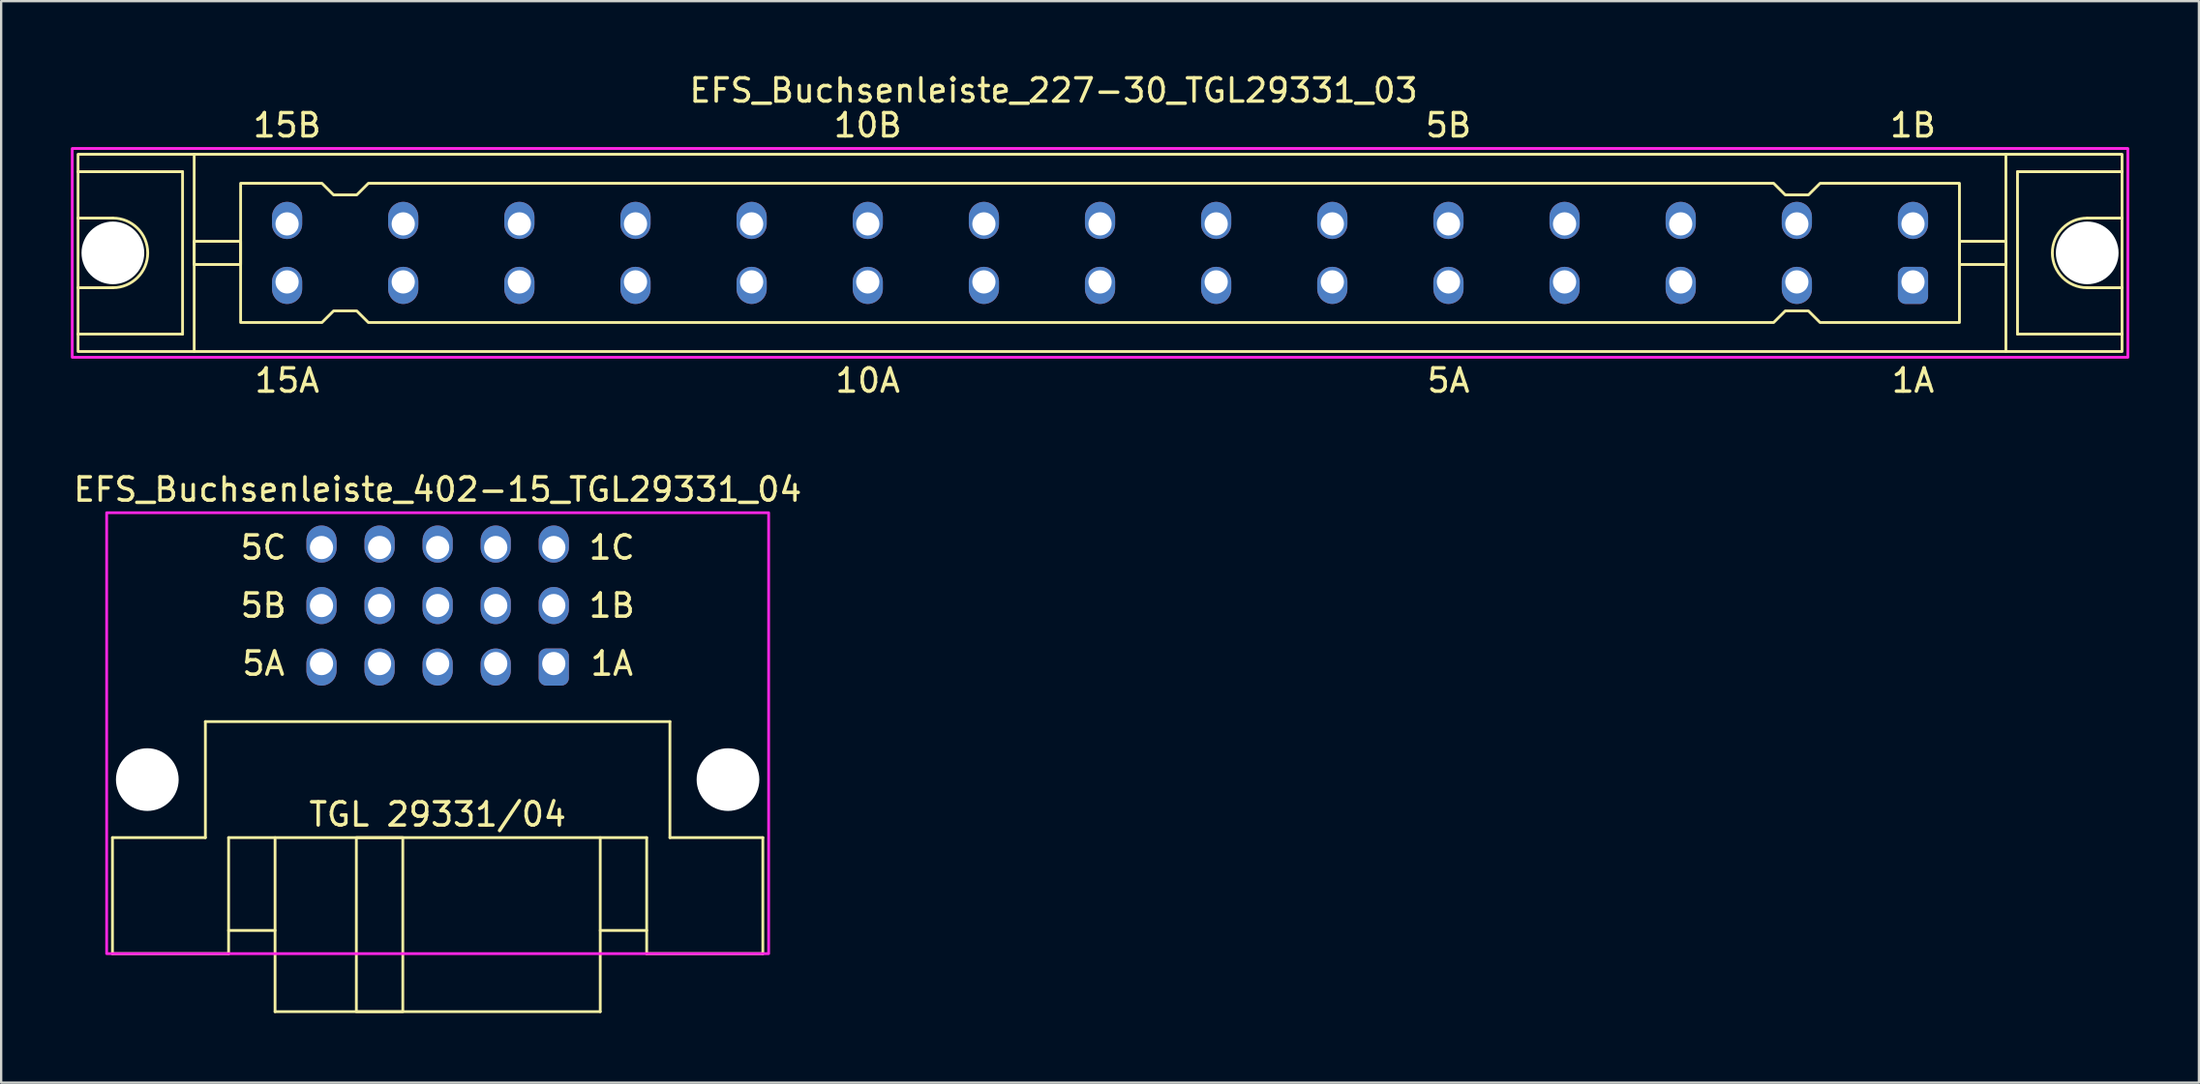
<source format=kicad_pcb>
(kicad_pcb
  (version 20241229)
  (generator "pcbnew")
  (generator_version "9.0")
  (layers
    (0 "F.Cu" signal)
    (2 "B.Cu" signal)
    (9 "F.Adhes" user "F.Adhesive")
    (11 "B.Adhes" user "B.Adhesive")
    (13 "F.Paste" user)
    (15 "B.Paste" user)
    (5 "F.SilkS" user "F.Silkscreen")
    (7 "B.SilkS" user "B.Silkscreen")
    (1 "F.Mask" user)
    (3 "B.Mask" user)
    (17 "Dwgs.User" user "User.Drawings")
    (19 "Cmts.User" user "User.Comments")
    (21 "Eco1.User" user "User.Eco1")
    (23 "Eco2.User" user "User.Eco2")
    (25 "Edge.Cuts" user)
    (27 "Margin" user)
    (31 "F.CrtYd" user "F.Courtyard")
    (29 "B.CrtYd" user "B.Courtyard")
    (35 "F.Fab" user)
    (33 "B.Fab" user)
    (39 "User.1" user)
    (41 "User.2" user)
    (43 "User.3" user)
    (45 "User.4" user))
  (footprint "EFS_Buchsenleiste_402-15_TGL29331_04"
    (layer "F.Cu")
    (at 15.792 38.045)
    (property "Reference" "EFS_Buchsenleiste_402-15_TGL29331_04" (at 0 -20 0) (layer "F.SilkS") (effects (font (size 1 1) (thickness 0.15))))
    (attr through_hole)
    (fp_line (start -14 -5) (end -14 0) (stroke (width 0.12) (type solid)) (layer "F.SilkS"))
    (fp_line (start -14 -5) (end -10 -5) (stroke (width 0.12) (type solid)) (layer "F.SilkS"))
    (fp_line (start -14 0) (end -9 0) (stroke (width 0.12) (type solid)) (layer "F.SilkS"))
    (fp_line (start -10 -10) (end -10 -5) (stroke (width 0.12) (type solid)) (layer "F.SilkS"))
    (fp_line (start -9 -5) (end -9 0) (stroke (width 0.12) (type solid)) (layer "F.SilkS"))
    (fp_line (start -9 -5) (end 9 -5) (stroke (width 0.12) (type solid)) (layer "F.SilkS"))
    (fp_line (start -7 -1) (end -9 -1) (stroke (width 0.12) (type solid)) (layer "F.SilkS"))
    (fp_line (start -7 2.5) (end -7 -5) (stroke (width 0.12) (type solid)) (layer "F.SilkS"))
    (fp_line (start -7 2.5) (end 7 2.5) (stroke (width 0.12) (type solid)) (layer "F.SilkS"))
    (fp_line (start 7 2.5) (end 7 -5) (stroke (width 0.12) (type solid)) (layer "F.SilkS"))
    (fp_line (start 9 -5) (end 9 0) (stroke (width 0.12) (type solid)) (layer "F.SilkS"))
    (fp_line (start 9 -1) (end 7 -1) (stroke (width 0.12) (type solid)) (layer "F.SilkS"))
    (fp_line (start 9 0) (end 14 0) (stroke (width 0.12) (type solid)) (layer "F.SilkS"))
    (fp_line (start 10 -10) (end -10 -10) (stroke (width 0.12) (type solid)) (layer "F.SilkS"))
    (fp_line (start 10 -10) (end 10 -5) (stroke (width 0.12) (type solid)) (layer "F.SilkS"))
    (fp_line (start 10 -5) (end 14 -5) (stroke (width 0.12) (type solid)) (layer "F.SilkS"))
    (fp_line (start 14 -5) (end 14 0) (stroke (width 0.12) (type solid)) (layer "F.SilkS"))
    (fp_rect (start -3.5 -5) (end -1.5 2.5) (stroke (width 0.12) (type solid)) (fill no) (layer "F.SilkS"))
    (fp_rect (start -14.25 -19) (end 14.25 0) (stroke (width 0.12) (type solid)) (fill no) (layer "F.CrtYd"))
    (fp_text user "1B" (at 7.5 -15 180) (layer "F.SilkS") (effects (font (size 1 1) (thickness 0.15))))
    (fp_text user "5A" (at -7.5 -12.5 180) (layer "F.SilkS") (effects (font (size 1 1) (thickness 0.15))))
    (fp_text user "1A" (at 7.5 -12.5 180) (layer "F.SilkS") (effects (font (size 1 1) (thickness 0.15))))
    (fp_text user "5C" (at -7.5 -17.5 180) (layer "F.SilkS") (effects (font (size 1 1) (thickness 0.15))))
    (fp_text user "1C" (at 7.5 -17.5 180) (layer "F.SilkS") (effects (font (size 1 1) (thickness 0.15))))
    (fp_text user "5B" (at -7.5 -15 180) (layer "F.SilkS") (effects (font (size 1 1) (thickness 0.15))))
    (fp_text user "TGL 29331/04" (at 0 -6 0) (unlocked yes) (layer "F.SilkS") (effects (font (size 1 1) (thickness 0.15))))
    (pad "" np_thru_hole circle (at -12.5 -7.5 180) (size 2.7 2.7) (drill 2.7) (layers "*.Cu" "*.Mask"))
    (pad "" np_thru_hole circle (at 12.5 -7.5 180) (size 2.7 2.7) (drill 2.7) (layers "*.Cu" "*.Mask"))
    (pad "1a" thru_hole roundrect (at 5 -12.5 180) (size 1.3 1.6) (drill 1 (offset 0 -0.15)) (layers "*.Cu" "*.Mask") (roundrect_rratio 0.25))
    (pad "1b" thru_hole oval (at 5 -15 180) (size 1.3 1.6) (drill 1) (layers "*.Cu" "*.Mask"))
    (pad "1c" thru_hole oval (at 5 -17.5 180) (size 1.3 1.6) (drill 1 (offset 0 0.15)) (layers "*.Cu" "*.Mask"))
    (pad "2a" thru_hole oval (at 2.5 -12.5 180) (size 1.3 1.6) (drill 1 (offset 0 -0.15)) (layers "*.Cu" "*.Mask"))
    (pad "2b" thru_hole oval (at 2.5 -15 180) (size 1.3 1.6) (drill 1) (layers "*.Cu" "*.Mask"))
    (pad "2c" thru_hole oval (at 2.5 -17.5 180) (size 1.3 1.6) (drill 1 (offset 0 0.15)) (layers "*.Cu" "*.Mask"))
    (pad "3a" thru_hole oval (at 0 -12.5 180) (size 1.3 1.6) (drill 1 (offset 0 -0.15)) (layers "*.Cu" "*.Mask"))
    (pad "3b" thru_hole oval (at 0 -15 180) (size 1.3 1.6) (drill 1) (layers "*.Cu" "*.Mask"))
    (pad "3c" thru_hole oval (at 0 -17.5 180) (size 1.3 1.6) (drill 1 (offset 0 0.15)) (layers "*.Cu" "*.Mask"))
    (pad "4a" thru_hole oval (at -2.5 -12.5 180) (size 1.3 1.6) (drill 1 (offset 0 -0.15)) (layers "*.Cu" "*.Mask"))
    (pad "4b" thru_hole oval (at -2.5 -15 180) (size 1.3 1.6) (drill 1) (layers "*.Cu" "*.Mask"))
    (pad "4c" thru_hole oval (at -2.5 -17.5 180) (size 1.3 1.6) (drill 1 (offset 0 0.15)) (layers "*.Cu" "*.Mask"))
    (pad "5a" thru_hole oval (at -5 -12.5 180) (size 1.3 1.6) (drill 1 (offset 0 -0.15)) (layers "*.Cu" "*.Mask"))
    (pad "5b" thru_hole oval (at -5 -15 180) (size 1.3 1.6) (drill 1) (layers "*.Cu" "*.Mask"))
    (pad "5c" thru_hole oval (at -5 -17.5 180) (size 1.3 1.6) (drill 1 (offset 0 0.15)) (layers "*.Cu" "*.Mask")))
  (footprint "EFS_Buchsenleiste_227-30_TGL29331_03"
    (layer "F.Cu")
    (at 44.31 7.848)
    (property "Reference" "EFS_Buchsenleiste_227-30_TGL29331_03" (at -2 -7 180) (layer "F.SilkS") (effects (font (size 1 1) (thickness 0.15))))
    (attr through_hole)
    (fp_line (start -44 -3.5) (end -39.5 -3.5) (stroke (width 0.12) (type solid)) (layer "F.SilkS"))
    (fp_line (start -42.5 -1.5) (end -44 -1.5) (stroke (width 0.12) (type solid)) (layer "F.SilkS"))
    (fp_line (start -42.5 1.5) (end -44 1.5) (stroke (width 0.12) (type solid)) (layer "F.SilkS"))
    (fp_line (start -39.5 -3.5) (end -39.5 3.5) (stroke (width 0.12) (type solid)) (layer "F.SilkS"))
    (fp_line (start -39.5 3.5) (end -44 3.5) (stroke (width 0.12) (type solid)) (layer "F.SilkS"))
    (fp_line (start -39 4.25) (end -39 -4.25) (stroke (width 0.12) (type solid)) (layer "F.SilkS"))
    (fp_line (start 39 4.25) (end 39 -4.25) (stroke (width 0.12) (type solid)) (layer "F.SilkS"))
    (fp_line (start 39.5 -3.5) (end 39.5 3.5) (stroke (width 0.12) (type solid)) (layer "F.SilkS"))
    (fp_line (start 39.5 3.5) (end 44 3.5) (stroke (width 0.12) (type solid)) (layer "F.SilkS"))
    (fp_line (start 42.5 -1.5) (end 44 -1.5) (stroke (width 0.12) (type solid)) (layer "F.SilkS"))
    (fp_line (start 42.5 1.5) (end 44 1.5) (stroke (width 0.12) (type solid)) (layer "F.SilkS"))
    (fp_line (start 44 -3.5) (end 39.5 -3.5) (stroke (width 0.12) (type solid)) (layer "F.SilkS"))
    (fp_rect (start -44 -4.25) (end 44 4.25) (stroke (width 0.12) (type solid)) (fill no) (layer "F.SilkS"))
    (fp_rect (start -39 -0.5) (end -37 0.5) (stroke (width 0.12) (type solid)) (fill no) (layer "F.SilkS"))
    (fp_rect (start 39 -0.5) (end 37 0.5) (stroke (width 0.12) (type solid)) (fill no) (layer "F.SilkS"))
    (fp_arc (start -42.5 -1.5) (mid -41 0) (end -42.5 1.5) (stroke (width 0.12) (type solid)) (layer "F.SilkS"))
    (fp_arc (start 42.5 1.5) (mid 41 0) (end 42.5 -1.5) (stroke (width 0.12) (type solid)) (layer "F.SilkS"))
    (fp_poly (pts (xy -33 -2.5) (xy -32 -2.5) (xy -31.5 -3) (xy 29 -3) (xy 29.5 -2.5) (xy 30.5 -2.5) (xy 31 -3) (xy 37 -3) (xy 37 3) (xy 31 3) (xy 30.5 2.5) (xy 29.5 2.5) (xy 29 3) (xy -31.5 3) (xy -32 2.5) (xy -33 2.5) (xy -33.5 3) (xy -37 3) (xy -37 -3) (xy -33.5 -3)) (stroke (width 0.12) (type solid)) (fill no) (layer "F.SilkS"))
    (fp_rect (start -44.25 -4.5) (end 44.25 4.5) (stroke (width 0.12) (type solid)) (fill no) (layer "F.CrtYd"))
    (fp_text user "5B" (at 15 -5.5 180) (layer "F.SilkS") (effects (font (size 1 1) (thickness 0.15))))
    (fp_text user "1A" (at 35 5.5 180) (layer "F.SilkS") (effects (font (size 1 1) (thickness 0.15))))
    (fp_text user "1B" (at 35 -5.5 180) (layer "F.SilkS") (effects (font (size 1 1) (thickness 0.15))))
    (fp_text user "10B" (at -10 -5.5 180) (layer "F.SilkS") (effects (font (size 1 1) (thickness 0.15))))
    (fp_text user "15B" (at -35 -5.5 180) (layer "F.SilkS") (effects (font (size 1 1) (thickness 0.15))))
    (fp_text user "10A" (at -10 5.5 180) (layer "F.SilkS") (effects (font (size 1 1) (thickness 0.15))))
    (fp_text user "5A" (at 15 5.5 180) (layer "F.SilkS") (effects (font (size 1 1) (thickness 0.15))))
    (fp_text user "15A" (at -35 5.5 180) (layer "F.SilkS") (effects (font (size 1 1) (thickness 0.15))))
    (pad "" np_thru_hole circle (at -42.5 0) (size 2.7 2.7) (drill 2.7) (layers "*.Cu" "*.Mask"))
    (pad "" np_thru_hole circle (at 42.5 0) (size 2.7 2.7) (drill 2.7) (layers "*.Cu" "*.Mask"))
    (pad "1a" thru_hole roundrect (at 35 1.25 180) (size 1.3 1.6) (drill 1 (offset 0 -0.15)) (layers "*.Cu" "*.Mask") (roundrect_rratio 0.25))
    (pad "1b" thru_hole oval (at 35 -1.25 180) (size 1.3 1.6) (drill 1 (offset 0 0.15)) (layers "*.Cu" "*.Mask"))
    (pad "2a" thru_hole oval (at 30 1.25 180) (size 1.3 1.6) (drill 1 (offset 0 -0.15)) (layers "*.Cu" "*.Mask"))
    (pad "2b" thru_hole oval (at 30 -1.25 180) (size 1.3 1.6) (drill 1 (offset 0 0.15)) (layers "*.Cu" "*.Mask"))
    (pad "3a" thru_hole oval (at 25 1.25 180) (size 1.3 1.6) (drill 1 (offset 0 -0.15)) (layers "*.Cu" "*.Mask"))
    (pad "3b" thru_hole oval (at 25 -1.25 180) (size 1.3 1.6) (drill 1 (offset 0 0.15)) (layers "*.Cu" "*.Mask"))
    (pad "4a" thru_hole oval (at 20 1.25 180) (size 1.3 1.6) (drill 1 (offset 0 -0.15)) (layers "*.Cu" "*.Mask"))
    (pad "4b" thru_hole oval (at 20 -1.25 180) (size 1.3 1.6) (drill 1 (offset 0 0.15)) (layers "*.Cu" "*.Mask"))
    (pad "5a" thru_hole oval (at 15 1.25 180) (size 1.3 1.6) (drill 1 (offset 0 -0.15)) (layers "*.Cu" "*.Mask"))
    (pad "5b" thru_hole oval (at 15 -1.25 180) (size 1.3 1.6) (drill 1 (offset 0 0.15)) (layers "*.Cu" "*.Mask"))
    (pad "6a" thru_hole oval (at 10 1.25 180) (size 1.3 1.6) (drill 1 (offset 0 -0.15)) (layers "*.Cu" "*.Mask"))
    (pad "6b" thru_hole oval (at 10 -1.25 180) (size 1.3 1.6) (drill 1 (offset 0 0.15)) (layers "*.Cu" "*.Mask"))
    (pad "7a" thru_hole oval (at 5 1.25 180) (size 1.3 1.6) (drill 1 (offset 0 -0.15)) (layers "*.Cu" "*.Mask"))
    (pad "7b" thru_hole oval (at 5 -1.25 180) (size 1.3 1.6) (drill 1 (offset 0 0.15)) (layers "*.Cu" "*.Mask"))
    (pad "8a" thru_hole oval (at 0 1.25 180) (size 1.3 1.6) (drill 1 (offset 0 -0.15)) (layers "*.Cu" "*.Mask"))
    (pad "8b" thru_hole oval (at 0 -1.25 180) (size 1.3 1.6) (drill 1 (offset 0 0.15)) (layers "*.Cu" "*.Mask"))
    (pad "9a" thru_hole oval (at -5 1.25 180) (size 1.3 1.6) (drill 1 (offset 0 -0.15)) (layers "*.Cu" "*.Mask"))
    (pad "9b" thru_hole oval (at -5 -1.25 180) (size 1.3 1.6) (drill 1 (offset 0 0.15)) (layers "*.Cu" "*.Mask"))
    (pad "10a" thru_hole oval (at -10 1.25 180) (size 1.3 1.6) (drill 1 (offset 0 -0.15)) (layers "*.Cu" "*.Mask"))
    (pad "10b" thru_hole oval (at -10 -1.25 180) (size 1.3 1.6) (drill 1 (offset 0 0.15)) (layers "*.Cu" "*.Mask"))
    (pad "11a" thru_hole oval (at -15 1.25 180) (size 1.3 1.6) (drill 1 (offset 0 -0.15)) (layers "*.Cu" "*.Mask"))
    (pad "11b" thru_hole oval (at -15 -1.25 180) (size 1.3 1.6) (drill 1 (offset 0 0.15)) (layers "*.Cu" "*.Mask"))
    (pad "12a" thru_hole oval (at -20 1.25 180) (size 1.3 1.6) (drill 1 (offset 0 -0.15)) (layers "*.Cu" "*.Mask"))
    (pad "12b" thru_hole oval (at -20 -1.25 180) (size 1.3 1.6) (drill 1 (offset 0 0.15)) (layers "*.Cu" "*.Mask"))
    (pad "13a" thru_hole oval (at -25 1.25 180) (size 1.3 1.6) (drill 1 (offset 0 -0.15)) (layers "*.Cu" "*.Mask"))
    (pad "13b" thru_hole oval (at -25 -1.25 180) (size 1.3 1.6) (drill 1 (offset 0 0.15)) (layers "*.Cu" "*.Mask"))
    (pad "14a" thru_hole oval (at -30 1.25 180) (size 1.3 1.6) (drill 1 (offset 0 -0.15)) (layers "*.Cu" "*.Mask"))
    (pad "14b" thru_hole oval (at -30 -1.25 180) (size 1.3 1.6) (drill 1 (offset 0 0.15)) (layers "*.Cu" "*.Mask"))
    (pad "15a" thru_hole oval (at -35 1.25 180) (size 1.3 1.6) (drill 1 (offset 0 -0.15)) (layers "*.Cu" "*.Mask"))
    (pad "15b" thru_hole oval (at -35 -1.25 180) (size 1.3 1.6) (drill 1 (offset 0 0.15)) (layers "*.Cu" "*.Mask")))
  (gr_rect
    (start -3 -3)
    (end 91.62 43.605)
    (stroke (width 0.1) (type default))
    (fill no)
    (layer "Edge.Cuts")))
</source>
